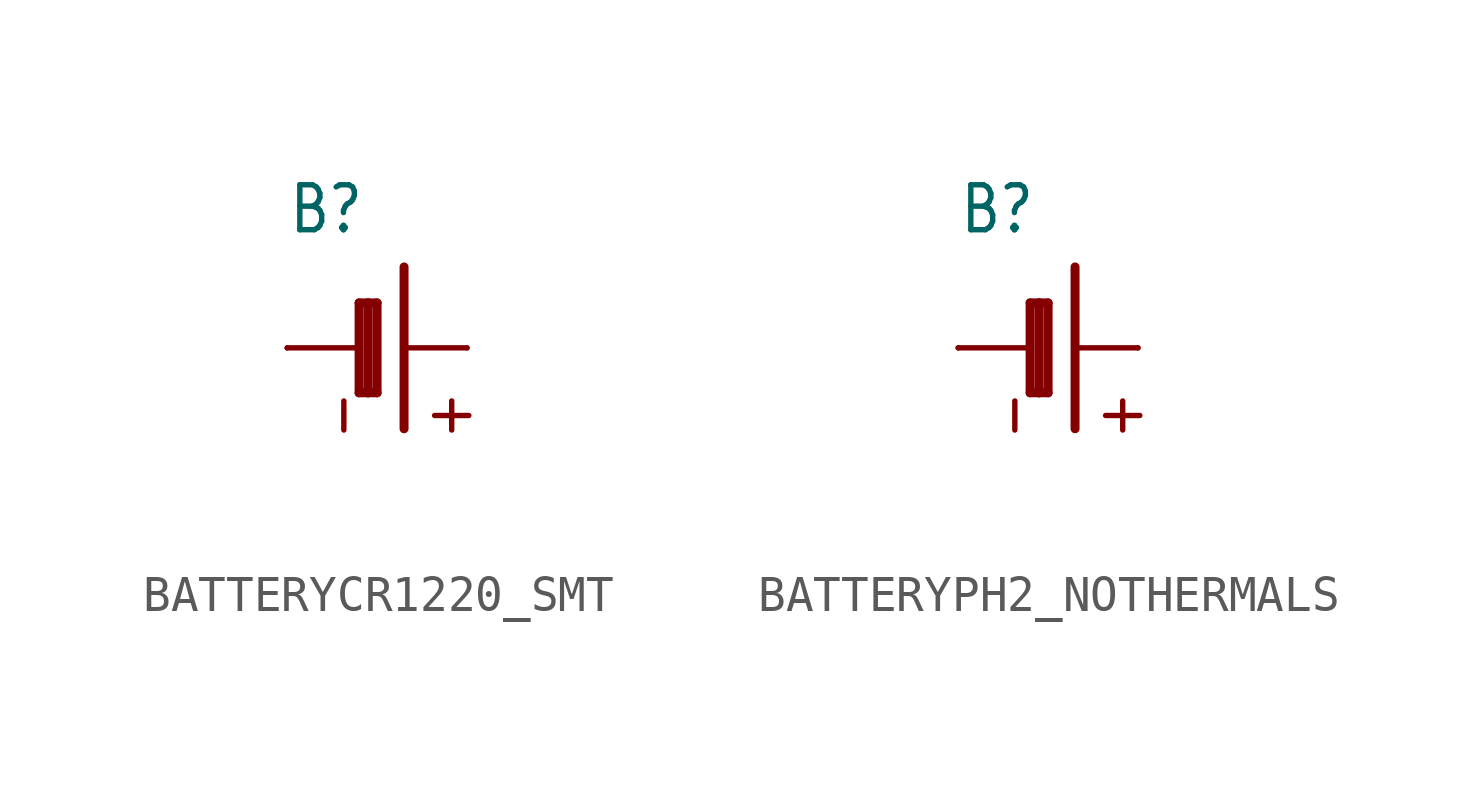
<source format=kicad_sym>
(kicad_symbol_lib
  (version 20220914)
  (generator kicad_symbol_editor)
  (symbol "BATTERYCR1220_SMT"
    (property "Reference" "B"
      (at -2.54 3.175 0)
      (effects (font (size 1.27 1.079)) (justify left bottom)))
    (property "Value" ""
      (at -2.54 -5.08 0)
      (effects (font (size 1.27 1.079)) (justify left bottom)))
    (property "ki_locked" ""
      (at 0 0 0)
      (effects (font (size 1.27 1.27))))
    (symbol "BATTERYCR1220_SMT_1_0"
      (polyline (pts (xy -2.54 0) (xy -0.635 0)) (stroke (width 0.152) (type solid)) (fill (type none)))
      (polyline (pts (xy -0.508 -1.27) (xy -0.508 1.27)) (stroke (width 0.254) (type solid)) (fill (type none)))
      (polyline (pts (xy -0.508 1.27) (xy -0.254 1.27)) (stroke (width 0.254) (type solid)) (fill (type none)))
      (polyline (pts (xy -0.254 -1.27) (xy -0.508 -1.27)) (stroke (width 0.254) (type solid)) (fill (type none)))
      (polyline (pts (xy -0.254 1.27) (xy -0.254 -1.27)) (stroke (width 0.254) (type solid)) (fill (type none)))
      (polyline (pts (xy -0.254 1.27) (xy 0 1.27)) (stroke (width 0.254) (type solid)) (fill (type none)))
      (polyline (pts (xy 0 -1.27) (xy -0.254 -1.27)) (stroke (width 0.254) (type solid)) (fill (type none)))
      (polyline (pts (xy 0 1.27) (xy 0 -1.27)) (stroke (width 0.254) (type solid)) (fill (type none)))
      (polyline (pts (xy 0.762 2.286) (xy 0.762 -2.286)) (stroke (width 0.254) (type solid)) (fill (type none)))
      (polyline (pts (xy 0.889 0) (xy 2.54 0)) (stroke (width 0.152) (type solid)) (fill (type none)))
      (text "+" (at 1.27 -1.143 900) (effects (font (size 1.27 1.079)) (justify right top)))
      (text "-" (at -1.778 -1.143 900) (effects (font (size 1.27 1.079)) (justify right top)))
      (pin passive line (at 2.54 0 180) (length 0) (name "+" (effects (font (size 0 0)))) (number "+$1" (effects (font (size 0 0)))))
      (pin passive line (at -2.54 0 0) (length 0) (name "-" (effects (font (size 0 0)))) (number "-" (effects (font (size 0 0)))))))
  (symbol "BATTERYPH2_NOTHERMALS"
    (property "Reference" "B"
      (at -2.54 3.175 0)
      (effects (font (size 1.27 1.079)) (justify left bottom)))
    (property "Value" ""
      (at -2.54 -5.08 0)
      (effects (font (size 1.27 1.079)) (justify left bottom)))
    (property "ki_locked" ""
      (at 0 0 0)
      (effects (font (size 1.27 1.27))))
    (symbol "BATTERYPH2_NOTHERMALS_1_0"
      (polyline (pts (xy -2.54 0) (xy -0.635 0)) (stroke (width 0.152) (type solid)) (fill (type none)))
      (polyline (pts (xy -0.508 -1.27) (xy -0.508 1.27)) (stroke (width 0.254) (type solid)) (fill (type none)))
      (polyline (pts (xy -0.508 1.27) (xy -0.254 1.27)) (stroke (width 0.254) (type solid)) (fill (type none)))
      (polyline (pts (xy -0.254 -1.27) (xy -0.508 -1.27)) (stroke (width 0.254) (type solid)) (fill (type none)))
      (polyline (pts (xy -0.254 1.27) (xy -0.254 -1.27)) (stroke (width 0.254) (type solid)) (fill (type none)))
      (polyline (pts (xy -0.254 1.27) (xy 0 1.27)) (stroke (width 0.254) (type solid)) (fill (type none)))
      (polyline (pts (xy 0 -1.27) (xy -0.254 -1.27)) (stroke (width 0.254) (type solid)) (fill (type none)))
      (polyline (pts (xy 0 1.27) (xy 0 -1.27)) (stroke (width 0.254) (type solid)) (fill (type none)))
      (polyline (pts (xy 0.762 2.286) (xy 0.762 -2.286)) (stroke (width 0.254) (type solid)) (fill (type none)))
      (polyline (pts (xy 0.889 0) (xy 2.54 0)) (stroke (width 0.152) (type solid)) (fill (type none)))
      (text "+" (at 1.27 -1.143 900) (effects (font (size 1.27 1.079)) (justify right top)))
      (text "-" (at -1.778 -1.143 900) (effects (font (size 1.27 1.079)) (justify right top)))
      (pin passive line (at -2.54 0 0) (length 0) (name "-" (effects (font (size 0 0)))) (number "1" (effects (font (size 0 0)))))
      (pin passive line (at 2.54 0 180) (length 0) (name "+" (effects (font (size 0 0)))) (number "2" (effects (font (size 0 0))))))))
</source>
